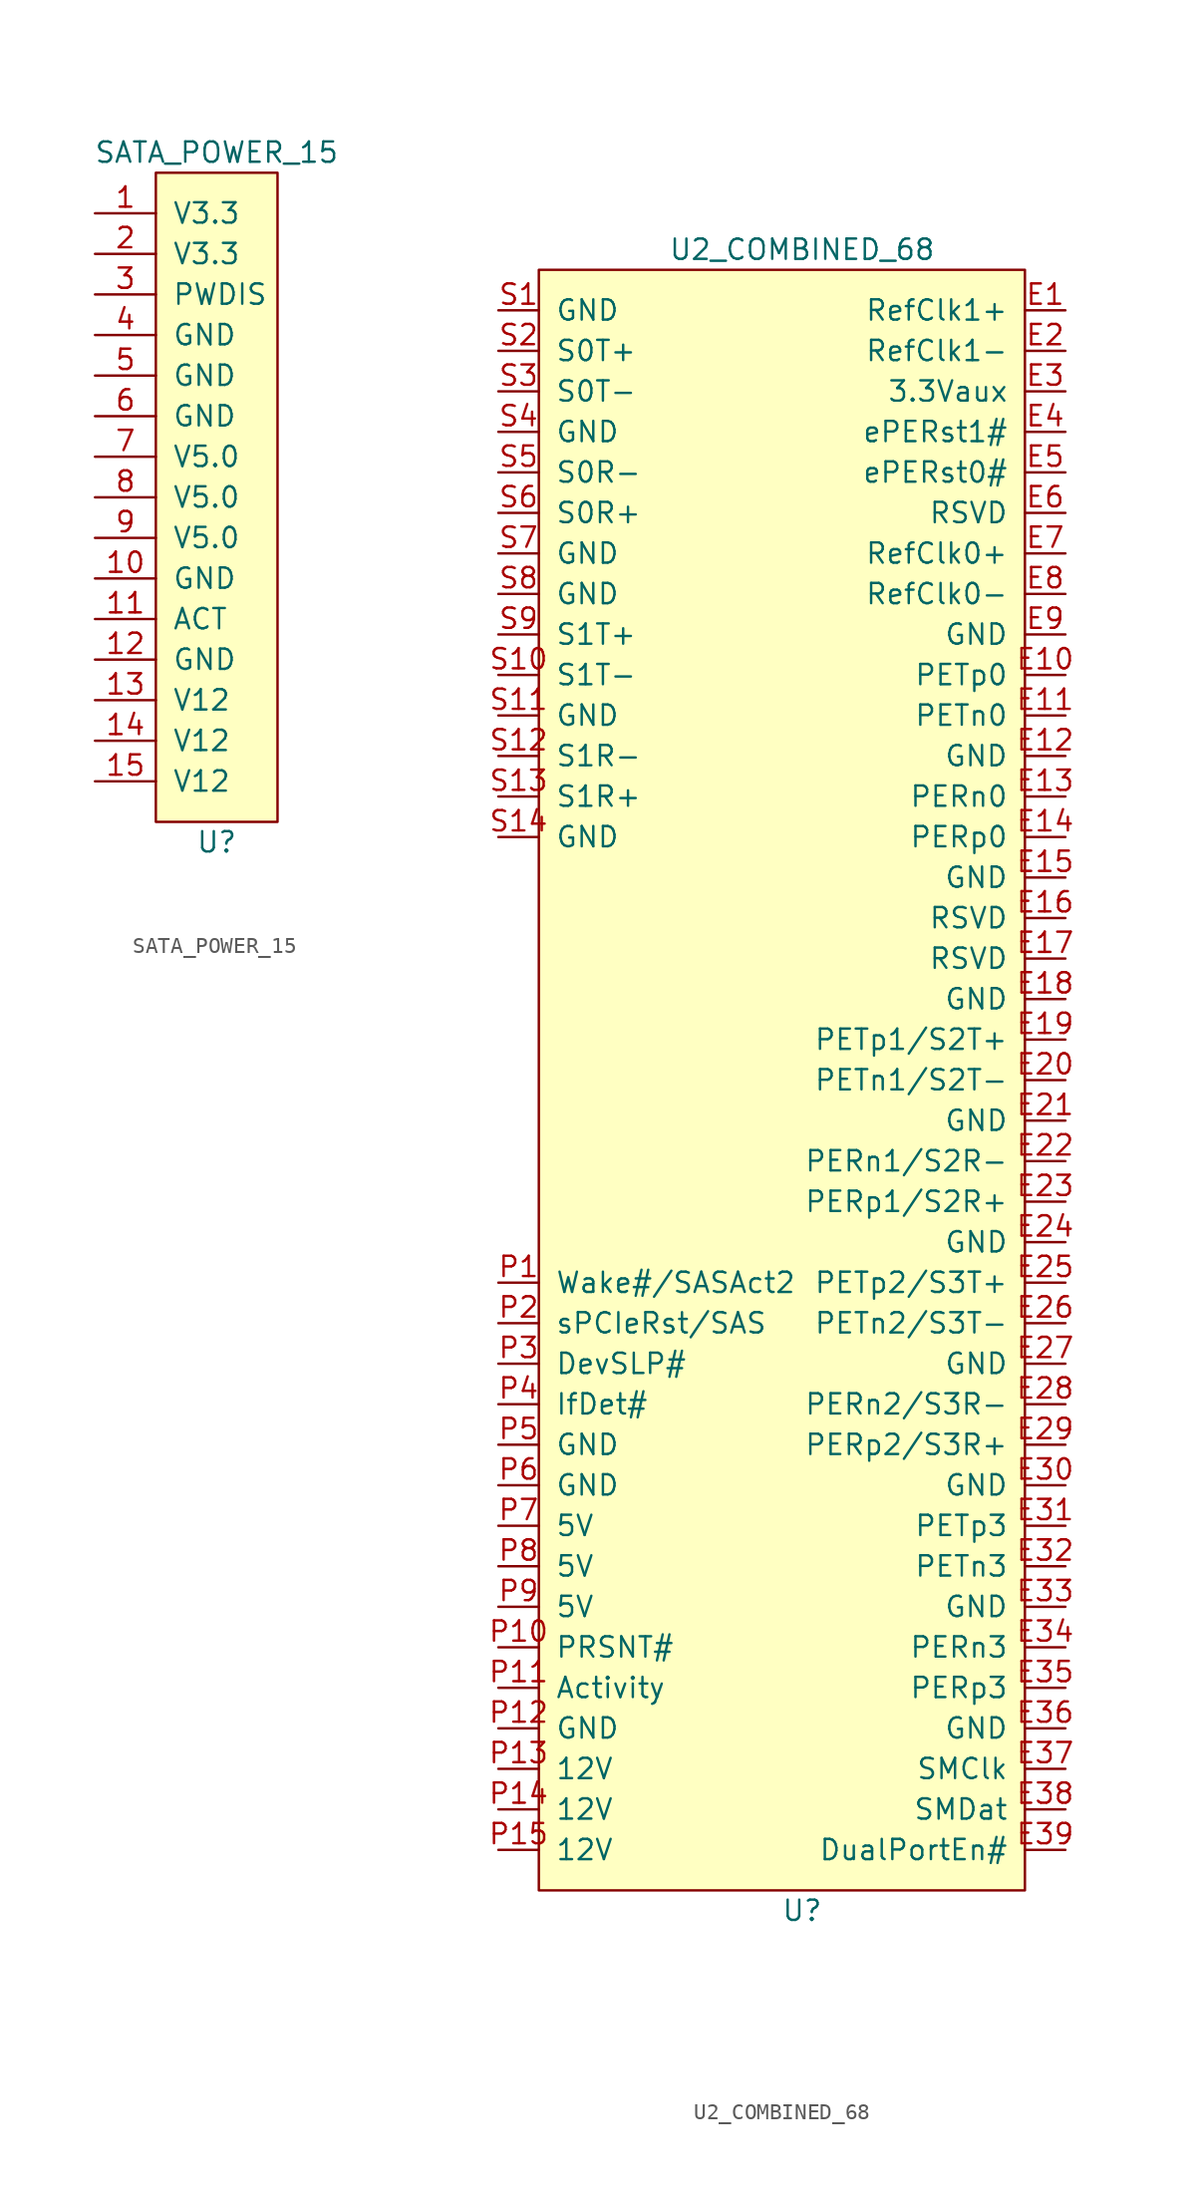
<source format=kicad_sym>
(kicad_symbol_lib
  (version 20211014)
  (generator kicad_symbol_editor)
  (symbol "SATA_POWER_15"
    (pin_names
      (offset 1.016))
    (property "Reference" "U"
      (at 0 -31.75 0)
      (effects (font (size 1.27 1.27))))
    (property "Value" "SATA_POWER_15"
      (at 0 11.43 0)
      (effects (font (size 1.27 1.27))))
    (symbol "SATA_POWER_15_0_1"
      (rectangle (start 3.81 10.16) (end -3.81 -30.48) (stroke (width 0) (type default) (color 0 0 0 0)) (fill (type background))))
    (symbol "SATA_POWER_15_1_1"
      (pin power_out line (at -7.62 7.62 0) (length 3.81) (name "V3.3" (effects (font (size 1.27 1.27)))) (number "1" (effects (font (size 1.27 1.27)))))
      (pin power_out line (at -7.62 -15.24 0) (length 3.81) (name "GND" (effects (font (size 1.27 1.27)))) (number "10" (effects (font (size 1.27 1.27)))))
      (pin open_collector line (at -7.62 -17.78 0) (length 3.81) (name "ACT" (effects (font (size 1.27 1.27)))) (number "11" (effects (font (size 1.27 1.27)))))
      (pin power_out line (at -7.62 -20.32 0) (length 3.81) (name "GND" (effects (font (size 1.27 1.27)))) (number "12" (effects (font (size 1.27 1.27)))))
      (pin power_out line (at -7.62 -22.86 0) (length 3.81) (name "V12" (effects (font (size 1.27 1.27)))) (number "13" (effects (font (size 1.27 1.27)))))
      (pin power_out line (at -7.62 -25.4 0) (length 3.81) (name "V12" (effects (font (size 1.27 1.27)))) (number "14" (effects (font (size 1.27 1.27)))))
      (pin power_out line (at -7.62 -27.94 0) (length 3.81) (name "V12" (effects (font (size 1.27 1.27)))) (number "15" (effects (font (size 1.27 1.27)))))
      (pin power_out line (at -7.62 5.08 0) (length 3.81) (name "V3.3" (effects (font (size 1.27 1.27)))) (number "2" (effects (font (size 1.27 1.27)))))
      (pin power_out line (at -7.62 2.54 0) (length 3.81) (name "PWDIS" (effects (font (size 1.27 1.27)))) (number "3" (effects (font (size 1.27 1.27)))))
      (pin power_out line (at -7.62 0 0) (length 3.81) (name "GND" (effects (font (size 1.27 1.27)))) (number "4" (effects (font (size 1.27 1.27)))))
      (pin power_out line (at -7.62 -2.54 0) (length 3.81) (name "GND" (effects (font (size 1.27 1.27)))) (number "5" (effects (font (size 1.27 1.27)))))
      (pin power_out line (at -7.62 -5.08 0) (length 3.81) (name "GND" (effects (font (size 1.27 1.27)))) (number "6" (effects (font (size 1.27 1.27)))))
      (pin power_out line (at -7.62 -7.62 0) (length 3.81) (name "V5.0" (effects (font (size 1.27 1.27)))) (number "7" (effects (font (size 1.27 1.27)))))
      (pin power_out line (at -7.62 -10.16 0) (length 3.81) (name "V5.0" (effects (font (size 1.27 1.27)))) (number "8" (effects (font (size 1.27 1.27)))))
      (pin power_out line (at -7.62 -12.7 0) (length 3.81) (name "V5.0" (effects (font (size 1.27 1.27)))) (number "9" (effects (font (size 1.27 1.27)))))))
  (symbol "U2_COMBINED_68"
    (pin_names
      (offset 1.016))
    (property "Reference" "U"
      (at 0 -54.61 0)
      (effects (font (size 1.27 1.27))))
    (property "Value" "U2_COMBINED_68"
      (at 0 49.53 0)
      (effects (font (size 1.27 1.27))))
    (symbol "U2_COMBINED_68_0_1"
      (rectangle (start -16.51 48.26) (end 13.97 -53.34) (stroke (width 0) (type default) (color 0 0 0 0)) (fill (type background))))
    (symbol "U2_COMBINED_68_1_1"
      (pin unspecified line (at 16.51 45.72 180) (length 2.54) (name "RefClk1+" (effects (font (size 1.27 1.27)))) (number "E1" (effects (font (size 1.27 1.27)))))
      (pin unspecified line (at 16.51 22.86 180) (length 2.54) (name "PETp0" (effects (font (size 1.27 1.27)))) (number "E10" (effects (font (size 1.27 1.27)))))
      (pin unspecified line (at 16.51 20.32 180) (length 2.54) (name "PETn0" (effects (font (size 1.27 1.27)))) (number "E11" (effects (font (size 1.27 1.27)))))
      (pin unspecified line (at 16.51 17.78 180) (length 2.54) (name "GND" (effects (font (size 1.27 1.27)))) (number "E12" (effects (font (size 1.27 1.27)))))
      (pin unspecified line (at 16.51 15.24 180) (length 2.54) (name "PERn0" (effects (font (size 1.27 1.27)))) (number "E13" (effects (font (size 1.27 1.27)))))
      (pin unspecified line (at 16.51 12.7 180) (length 2.54) (name "PERp0" (effects (font (size 1.27 1.27)))) (number "E14" (effects (font (size 1.27 1.27)))))
      (pin unspecified line (at 16.51 10.16 180) (length 2.54) (name "GND" (effects (font (size 1.27 1.27)))) (number "E15" (effects (font (size 1.27 1.27)))))
      (pin unspecified line (at 16.51 7.62 180) (length 2.54) (name "RSVD" (effects (font (size 1.27 1.27)))) (number "E16" (effects (font (size 1.27 1.27)))))
      (pin unspecified line (at 16.51 5.08 180) (length 2.54) (name "RSVD" (effects (font (size 1.27 1.27)))) (number "E17" (effects (font (size 1.27 1.27)))))
      (pin unspecified line (at 16.51 2.54 180) (length 2.54) (name "GND" (effects (font (size 1.27 1.27)))) (number "E18" (effects (font (size 1.27 1.27)))))
      (pin unspecified line (at 16.51 0 180) (length 2.54) (name "PETp1/S2T+" (effects (font (size 1.27 1.27)))) (number "E19" (effects (font (size 1.27 1.27)))))
      (pin unspecified line (at 16.51 43.18 180) (length 2.54) (name "RefClk1-" (effects (font (size 1.27 1.27)))) (number "E2" (effects (font (size 1.27 1.27)))))
      (pin unspecified line (at 16.51 -2.54 180) (length 2.54) (name "PETn1/S2T-" (effects (font (size 1.27 1.27)))) (number "E20" (effects (font (size 1.27 1.27)))))
      (pin unspecified line (at 16.51 -5.08 180) (length 2.54) (name "GND" (effects (font (size 1.27 1.27)))) (number "E21" (effects (font (size 1.27 1.27)))))
      (pin unspecified line (at 16.51 -7.62 180) (length 2.54) (name "PERn1/S2R-" (effects (font (size 1.27 1.27)))) (number "E22" (effects (font (size 1.27 1.27)))))
      (pin unspecified line (at 16.51 -10.16 180) (length 2.54) (name "PERp1/S2R+" (effects (font (size 1.27 1.27)))) (number "E23" (effects (font (size 1.27 1.27)))))
      (pin unspecified line (at 16.51 -12.7 180) (length 2.54) (name "GND" (effects (font (size 1.27 1.27)))) (number "E24" (effects (font (size 1.27 1.27)))))
      (pin unspecified line (at 16.51 -15.24 180) (length 2.54) (name "PETp2/S3T+" (effects (font (size 1.27 1.27)))) (number "E25" (effects (font (size 1.27 1.27)))))
      (pin unspecified line (at 16.51 -17.78 180) (length 2.54) (name "PETn2/S3T-" (effects (font (size 1.27 1.27)))) (number "E26" (effects (font (size 1.27 1.27)))))
      (pin unspecified line (at 16.51 -20.32 180) (length 2.54) (name "GND" (effects (font (size 1.27 1.27)))) (number "E27" (effects (font (size 1.27 1.27)))))
      (pin unspecified line (at 16.51 -22.86 180) (length 2.54) (name "PERn2/S3R-" (effects (font (size 1.27 1.27)))) (number "E28" (effects (font (size 1.27 1.27)))))
      (pin unspecified line (at 16.51 -25.4 180) (length 2.54) (name "PERp2/S3R+" (effects (font (size 1.27 1.27)))) (number "E29" (effects (font (size 1.27 1.27)))))
      (pin unspecified line (at 16.51 40.64 180) (length 2.54) (name "3.3Vaux" (effects (font (size 1.27 1.27)))) (number "E3" (effects (font (size 1.27 1.27)))))
      (pin unspecified line (at 16.51 -27.94 180) (length 2.54) (name "GND" (effects (font (size 1.27 1.27)))) (number "E30" (effects (font (size 1.27 1.27)))))
      (pin unspecified line (at 16.51 -30.48 180) (length 2.54) (name "PETp3" (effects (font (size 1.27 1.27)))) (number "E31" (effects (font (size 1.27 1.27)))))
      (pin unspecified line (at 16.51 -33.02 180) (length 2.54) (name "PETn3" (effects (font (size 1.27 1.27)))) (number "E32" (effects (font (size 1.27 1.27)))))
      (pin unspecified line (at 16.51 -35.56 180) (length 2.54) (name "GND" (effects (font (size 1.27 1.27)))) (number "E33" (effects (font (size 1.27 1.27)))))
      (pin unspecified line (at 16.51 -38.1 180) (length 2.54) (name "PERn3" (effects (font (size 1.27 1.27)))) (number "E34" (effects (font (size 1.27 1.27)))))
      (pin unspecified line (at 16.51 -40.64 180) (length 2.54) (name "PERp3" (effects (font (size 1.27 1.27)))) (number "E35" (effects (font (size 1.27 1.27)))))
      (pin unspecified line (at 16.51 -43.18 180) (length 2.54) (name "GND" (effects (font (size 1.27 1.27)))) (number "E36" (effects (font (size 1.27 1.27)))))
      (pin unspecified line (at 16.51 -45.72 180) (length 2.54) (name "SMClk" (effects (font (size 1.27 1.27)))) (number "E37" (effects (font (size 1.27 1.27)))))
      (pin unspecified line (at 16.51 -48.26 180) (length 2.54) (name "SMDat" (effects (font (size 1.27 1.27)))) (number "E38" (effects (font (size 1.27 1.27)))))
      (pin unspecified line (at 16.51 -50.8 180) (length 2.54) (name "DualPortEn#" (effects (font (size 1.27 1.27)))) (number "E39" (effects (font (size 1.27 1.27)))))
      (pin unspecified line (at 16.51 38.1 180) (length 2.54) (name "ePERst1#" (effects (font (size 1.27 1.27)))) (number "E4" (effects (font (size 1.27 1.27)))))
      (pin unspecified line (at 16.51 35.56 180) (length 2.54) (name "ePERst0#" (effects (font (size 1.27 1.27)))) (number "E5" (effects (font (size 1.27 1.27)))))
      (pin unspecified line (at 16.51 33.02 180) (length 2.54) (name "RSVD" (effects (font (size 1.27 1.27)))) (number "E6" (effects (font (size 1.27 1.27)))))
      (pin unspecified line (at 16.51 30.48 180) (length 2.54) (name "RefClk0+" (effects (font (size 1.27 1.27)))) (number "E7" (effects (font (size 1.27 1.27)))))
      (pin unspecified line (at 16.51 27.94 180) (length 2.54) (name "RefClk0-" (effects (font (size 1.27 1.27)))) (number "E8" (effects (font (size 1.27 1.27)))))
      (pin unspecified line (at 16.51 25.4 180) (length 2.54) (name "GND" (effects (font (size 1.27 1.27)))) (number "E9" (effects (font (size 1.27 1.27)))))
      (pin unspecified line (at -19.05 -15.24 0) (length 2.54) (name "Wake#/SASAct2" (effects (font (size 1.27 1.27)))) (number "P1" (effects (font (size 1.27 1.27)))))
      (pin unspecified line (at -19.05 -38.1 0) (length 2.54) (name "PRSNT#" (effects (font (size 1.27 1.27)))) (number "P10" (effects (font (size 1.27 1.27)))))
      (pin unspecified line (at -19.05 -40.64 0) (length 2.54) (name "Activity" (effects (font (size 1.27 1.27)))) (number "P11" (effects (font (size 1.27 1.27)))))
      (pin unspecified line (at -19.05 -43.18 0) (length 2.54) (name "GND" (effects (font (size 1.27 1.27)))) (number "P12" (effects (font (size 1.27 1.27)))))
      (pin unspecified line (at -19.05 -45.72 0) (length 2.54) (name "12V" (effects (font (size 1.27 1.27)))) (number "P13" (effects (font (size 1.27 1.27)))))
      (pin unspecified line (at -19.05 -48.26 0) (length 2.54) (name "12V" (effects (font (size 1.27 1.27)))) (number "P14" (effects (font (size 1.27 1.27)))))
      (pin unspecified line (at -19.05 -50.8 0) (length 2.54) (name "12V" (effects (font (size 1.27 1.27)))) (number "P15" (effects (font (size 1.27 1.27)))))
      (pin unspecified line (at -19.05 -17.78 0) (length 2.54) (name "sPCIeRst/SAS" (effects (font (size 1.27 1.27)))) (number "P2" (effects (font (size 1.27 1.27)))))
      (pin unspecified line (at -19.05 -20.32 0) (length 2.54) (name "DevSLP#" (effects (font (size 1.27 1.27)))) (number "P3" (effects (font (size 1.27 1.27)))))
      (pin unspecified line (at -19.05 -22.86 0) (length 2.54) (name "IfDet#" (effects (font (size 1.27 1.27)))) (number "P4" (effects (font (size 1.27 1.27)))))
      (pin unspecified line (at -19.05 -25.4 0) (length 2.54) (name "GND" (effects (font (size 1.27 1.27)))) (number "P5" (effects (font (size 1.27 1.27)))))
      (pin unspecified line (at -19.05 -27.94 0) (length 2.54) (name "GND" (effects (font (size 1.27 1.27)))) (number "P6" (effects (font (size 1.27 1.27)))))
      (pin unspecified line (at -19.05 -30.48 0) (length 2.54) (name "5V" (effects (font (size 1.27 1.27)))) (number "P7" (effects (font (size 1.27 1.27)))))
      (pin unspecified line (at -19.05 -33.02 0) (length 2.54) (name "5V" (effects (font (size 1.27 1.27)))) (number "P8" (effects (font (size 1.27 1.27)))))
      (pin unspecified line (at -19.05 -35.56 0) (length 2.54) (name "5V" (effects (font (size 1.27 1.27)))) (number "P9" (effects (font (size 1.27 1.27)))))
      (pin unspecified line (at -19.05 45.72 0) (length 2.54) (name "GND" (effects (font (size 1.27 1.27)))) (number "S1" (effects (font (size 1.27 1.27)))))
      (pin unspecified line (at -19.05 22.86 0) (length 2.54) (name "S1T-" (effects (font (size 1.27 1.27)))) (number "S10" (effects (font (size 1.27 1.27)))))
      (pin unspecified line (at -19.05 20.32 0) (length 2.54) (name "GND" (effects (font (size 1.27 1.27)))) (number "S11" (effects (font (size 1.27 1.27)))))
      (pin unspecified line (at -19.05 17.78 0) (length 2.54) (name "S1R-" (effects (font (size 1.27 1.27)))) (number "S12" (effects (font (size 1.27 1.27)))))
      (pin unspecified line (at -19.05 15.24 0) (length 2.54) (name "S1R+" (effects (font (size 1.27 1.27)))) (number "S13" (effects (font (size 1.27 1.27)))))
      (pin unspecified line (at -19.05 12.7 0) (length 2.54) (name "GND" (effects (font (size 1.27 1.27)))) (number "S14" (effects (font (size 1.27 1.27)))))
      (pin unspecified line (at -19.05 43.18 0) (length 2.54) (name "S0T+" (effects (font (size 1.27 1.27)))) (number "S2" (effects (font (size 1.27 1.27)))))
      (pin unspecified line (at -19.05 40.64 0) (length 2.54) (name "S0T-" (effects (font (size 1.27 1.27)))) (number "S3" (effects (font (size 1.27 1.27)))))
      (pin unspecified line (at -19.05 38.1 0) (length 2.54) (name "GND" (effects (font (size 1.27 1.27)))) (number "S4" (effects (font (size 1.27 1.27)))))
      (pin unspecified line (at -19.05 35.56 0) (length 2.54) (name "S0R-" (effects (font (size 1.27 1.27)))) (number "S5" (effects (font (size 1.27 1.27)))))
      (pin unspecified line (at -19.05 33.02 0) (length 2.54) (name "S0R+" (effects (font (size 1.27 1.27)))) (number "S6" (effects (font (size 1.27 1.27)))))
      (pin unspecified line (at -19.05 30.48 0) (length 2.54) (name "GND" (effects (font (size 1.27 1.27)))) (number "S7" (effects (font (size 1.27 1.27)))))
      (pin unspecified line (at -19.05 27.94 0) (length 2.54) (name "GND" (effects (font (size 1.27 1.27)))) (number "S8" (effects (font (size 1.27 1.27)))))
      (pin unspecified line (at -19.05 25.4 0) (length 2.54) (name "S1T+" (effects (font (size 1.27 1.27)))) (number "S9" (effects (font (size 1.27 1.27))))))))
</source>
